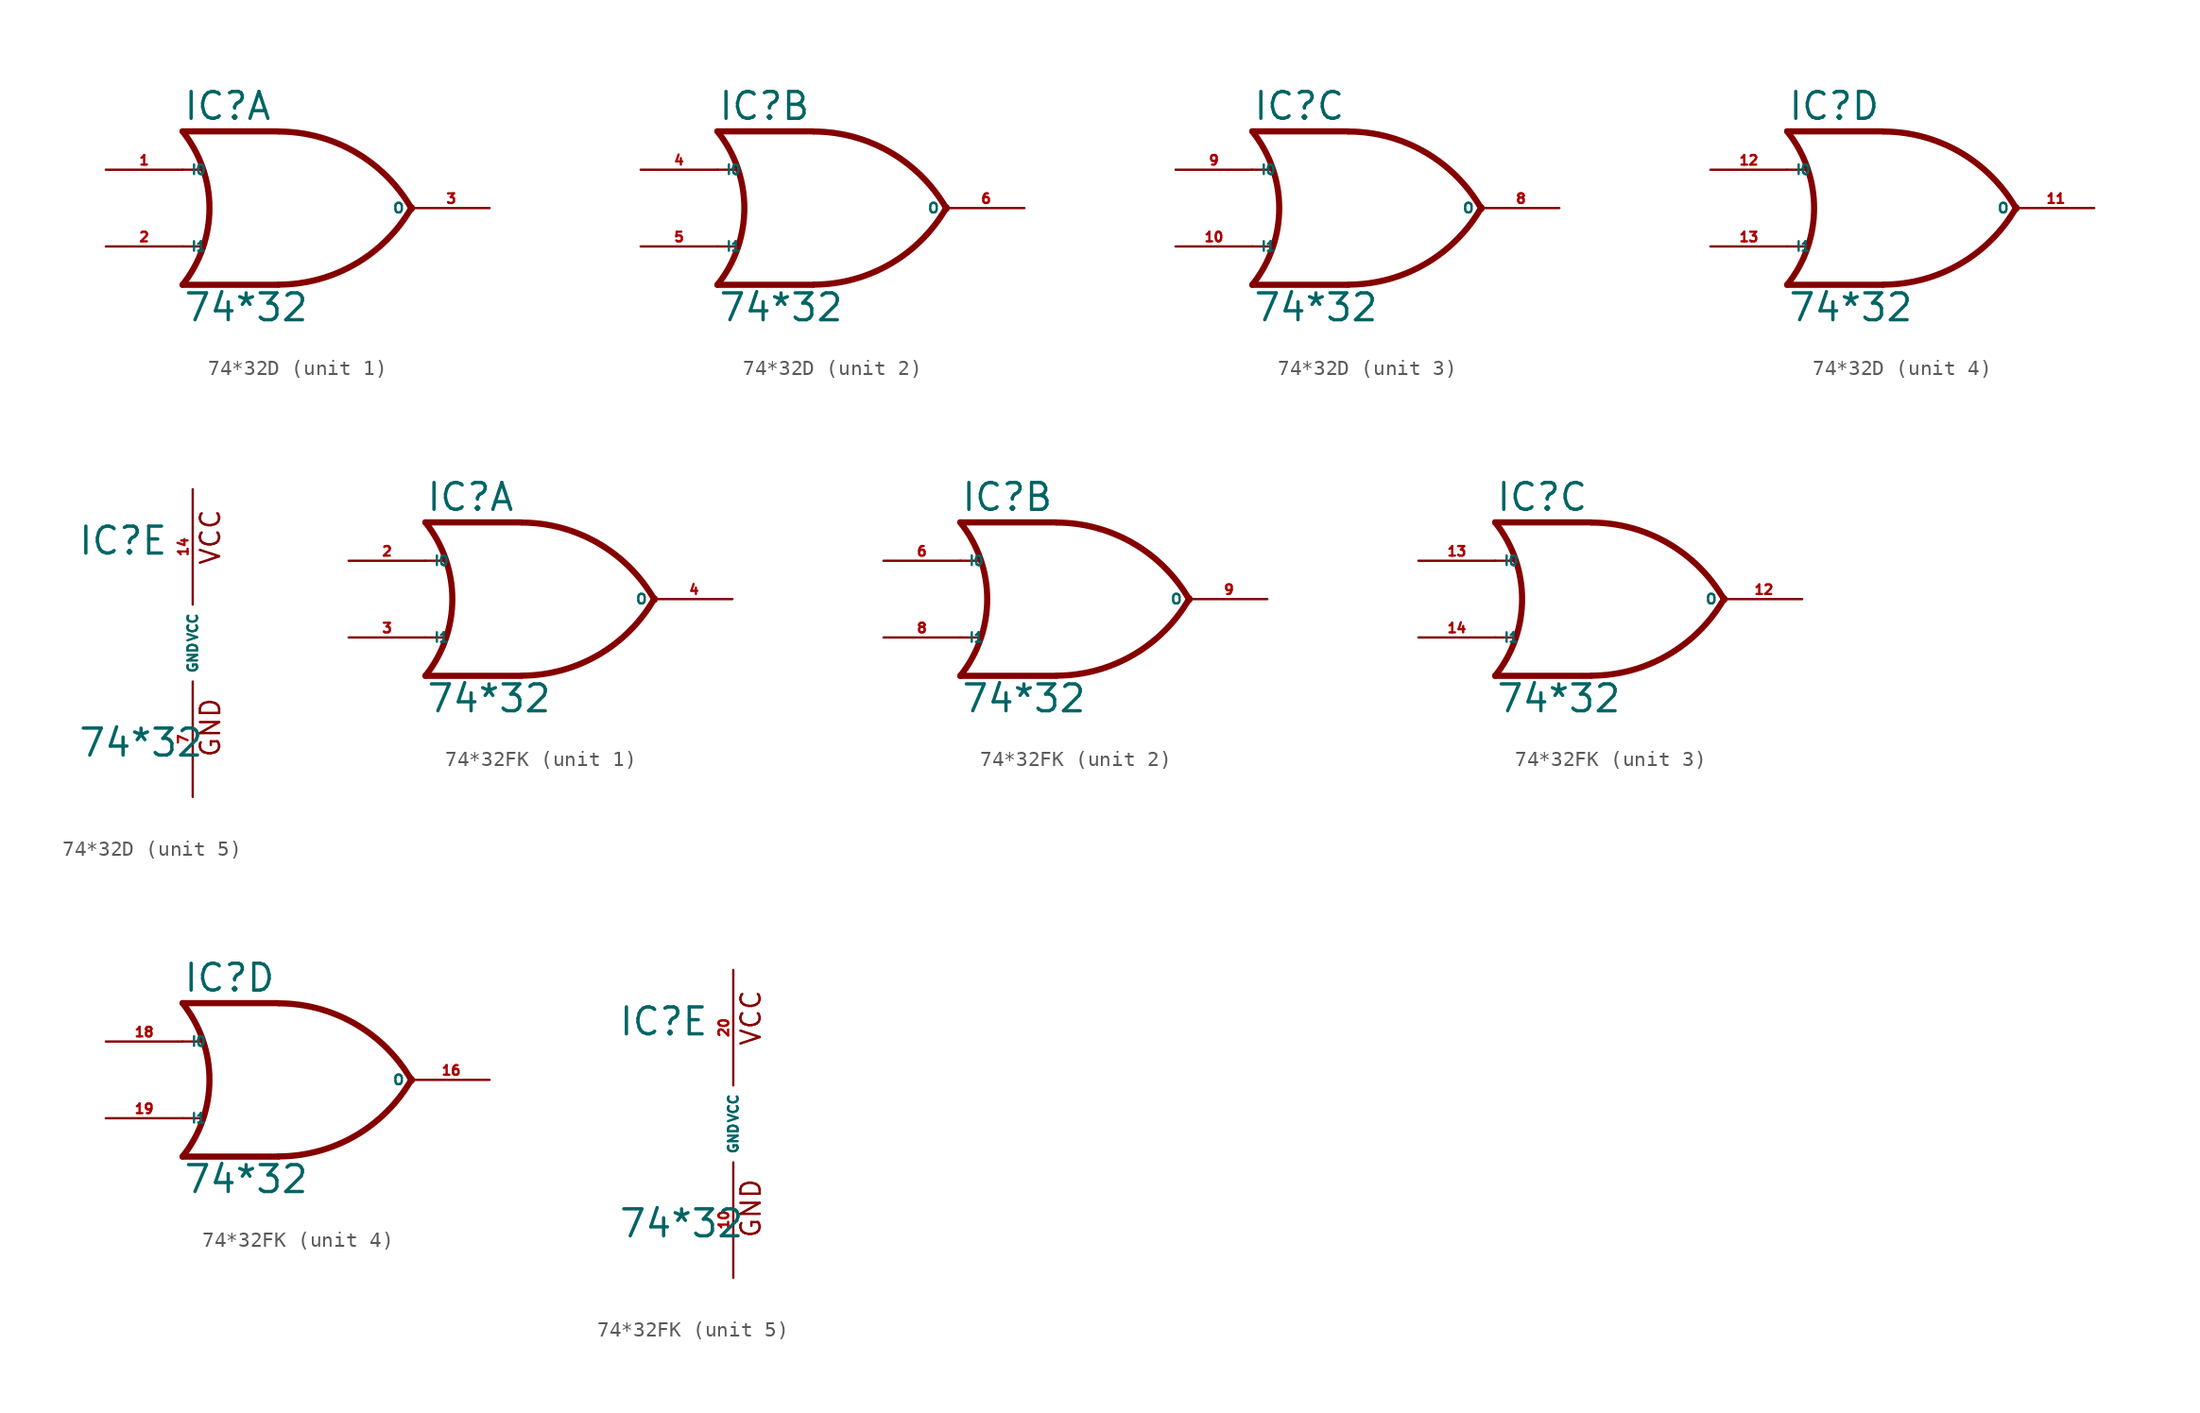
<source format=kicad_sym>
(kicad_symbol_lib
  (version 20220914)
  (generator Eagle2Kicad)
  (symbol "74*32D"
    (property "Reference" "IC"
      (at -7.62 5.715 0)
      (effects (font (size 1.778 1.778) (thickness 0.22)) (justify left bottom)))
    (property "Value" "74*32"
      (at -7.62 -7.62 0)
      (effects (font (size 1.778 1.778) (thickness 0.22)) (justify left bottom)))
    (symbol "74*32D_1_0"
      (polyline (pts (xy -1.27 5.08) (xy -7.62 5.08)) (stroke (width 0.406) (type default)) (fill (type none)))
      (polyline (pts (xy -1.27 -5.08) (xy -7.62 -5.08)) (stroke (width 0.406) (type default)) (fill (type none)))
      (polyline (pts (xy -7.62 2.54) (xy -6.35 2.54)) (stroke (width 0.152) (type default)) (fill (type none)))
      (polyline (pts (xy -7.62 -2.54) (xy -6.35 -2.54)) (stroke (width 0.152) (type default)) (fill (type none)))
      (arc (start -1.2446 -5.0678) (mid 3.837 -3.689) (end 7.5439 0.0507) (stroke (width 0.4064) (type default)) (fill (type none)))
      (arc (start 7.5442 -0.0505) (mid 3.837 3.689) (end -1.2446 5.0678) (stroke (width 0.4064) (type default)) (fill (type none)))
      (arc (start -7.62 -5.08) (mid -5.838 0.000) (end -7.62 5.08) (stroke (width 0.4064) (type default)) (fill (type none)))
      (pin input line (at -12.7 2.54 0) (length 5.08) (name "I0" (effects (font (size 0.635 0.635) (thickness 0.08)) (justify left bottom))) (number "1" (effects (font (size 0.635 0.635) (thickness 0.08)) (justify left bottom))))
      (pin input line (at -12.7 -2.54 0) (length 5.08) (name "I1" (effects (font (size 0.635 0.635) (thickness 0.08)) (justify left bottom))) (number "2" (effects (font (size 0.635 0.635) (thickness 0.08)) (justify left bottom))))
      (pin output line (at 12.7 0 180) (length 5.08) (name "O" (effects (font (size 0.635 0.635) (thickness 0.08)) (justify left bottom))) (number "3" (effects (font (size 0.635 0.635) (thickness 0.08)) (justify left bottom)))))
    (symbol "74*32D_2_0"
      (polyline (pts (xy -1.27 5.08) (xy -7.62 5.08)) (stroke (width 0.406) (type default)) (fill (type none)))
      (polyline (pts (xy -1.27 -5.08) (xy -7.62 -5.08)) (stroke (width 0.406) (type default)) (fill (type none)))
      (polyline (pts (xy -7.62 2.54) (xy -6.35 2.54)) (stroke (width 0.152) (type default)) (fill (type none)))
      (polyline (pts (xy -7.62 -2.54) (xy -6.35 -2.54)) (stroke (width 0.152) (type default)) (fill (type none)))
      (arc (start -1.2446 -5.0678) (mid 3.837 -3.689) (end 7.5439 0.0507) (stroke (width 0.4064) (type default)) (fill (type none)))
      (arc (start 7.5442 -0.0505) (mid 3.837 3.689) (end -1.2446 5.0678) (stroke (width 0.4064) (type default)) (fill (type none)))
      (arc (start -7.62 -5.08) (mid -5.838 0.000) (end -7.62 5.08) (stroke (width 0.4064) (type default)) (fill (type none)))
      (pin input line (at -12.7 2.54 0) (length 5.08) (name "I0" (effects (font (size 0.635 0.635) (thickness 0.08)) (justify left bottom))) (number "4" (effects (font (size 0.635 0.635) (thickness 0.08)) (justify left bottom))))
      (pin input line (at -12.7 -2.54 0) (length 5.08) (name "I1" (effects (font (size 0.635 0.635) (thickness 0.08)) (justify left bottom))) (number "5" (effects (font (size 0.635 0.635) (thickness 0.08)) (justify left bottom))))
      (pin output line (at 12.7 0 180) (length 5.08) (name "O" (effects (font (size 0.635 0.635) (thickness 0.08)) (justify left bottom))) (number "6" (effects (font (size 0.635 0.635) (thickness 0.08)) (justify left bottom)))))
    (symbol "74*32D_3_0"
      (polyline (pts (xy -1.27 5.08) (xy -7.62 5.08)) (stroke (width 0.406) (type default)) (fill (type none)))
      (polyline (pts (xy -1.27 -5.08) (xy -7.62 -5.08)) (stroke (width 0.406) (type default)) (fill (type none)))
      (polyline (pts (xy -7.62 2.54) (xy -6.35 2.54)) (stroke (width 0.152) (type default)) (fill (type none)))
      (polyline (pts (xy -7.62 -2.54) (xy -6.35 -2.54)) (stroke (width 0.152) (type default)) (fill (type none)))
      (arc (start -1.2446 -5.0678) (mid 3.837 -3.689) (end 7.5439 0.0507) (stroke (width 0.4064) (type default)) (fill (type none)))
      (arc (start 7.5442 -0.0505) (mid 3.837 3.689) (end -1.2446 5.0678) (stroke (width 0.4064) (type default)) (fill (type none)))
      (arc (start -7.62 -5.08) (mid -5.838 0.000) (end -7.62 5.08) (stroke (width 0.4064) (type default)) (fill (type none)))
      (pin input line (at -12.7 2.54 0) (length 5.08) (name "I0" (effects (font (size 0.635 0.635) (thickness 0.08)) (justify left bottom))) (number "9" (effects (font (size 0.635 0.635) (thickness 0.08)) (justify left bottom))))
      (pin input line (at -12.7 -2.54 0) (length 5.08) (name "I1" (effects (font (size 0.635 0.635) (thickness 0.08)) (justify left bottom))) (number "10" (effects (font (size 0.635 0.635) (thickness 0.08)) (justify left bottom))))
      (pin output line (at 12.7 0 180) (length 5.08) (name "O" (effects (font (size 0.635 0.635) (thickness 0.08)) (justify left bottom))) (number "8" (effects (font (size 0.635 0.635) (thickness 0.08)) (justify left bottom)))))
    (symbol "74*32D_4_0"
      (polyline (pts (xy -1.27 5.08) (xy -7.62 5.08)) (stroke (width 0.406) (type default)) (fill (type none)))
      (polyline (pts (xy -1.27 -5.08) (xy -7.62 -5.08)) (stroke (width 0.406) (type default)) (fill (type none)))
      (polyline (pts (xy -7.62 2.54) (xy -6.35 2.54)) (stroke (width 0.152) (type default)) (fill (type none)))
      (polyline (pts (xy -7.62 -2.54) (xy -6.35 -2.54)) (stroke (width 0.152) (type default)) (fill (type none)))
      (arc (start -1.2446 -5.0678) (mid 3.837 -3.689) (end 7.5439 0.0507) (stroke (width 0.4064) (type default)) (fill (type none)))
      (arc (start 7.5442 -0.0505) (mid 3.837 3.689) (end -1.2446 5.0678) (stroke (width 0.4064) (type default)) (fill (type none)))
      (arc (start -7.62 -5.08) (mid -5.838 0.000) (end -7.62 5.08) (stroke (width 0.4064) (type default)) (fill (type none)))
      (pin input line (at -12.7 2.54 0) (length 5.08) (name "I0" (effects (font (size 0.635 0.635) (thickness 0.08)) (justify left bottom))) (number "12" (effects (font (size 0.635 0.635) (thickness 0.08)) (justify left bottom))))
      (pin input line (at -12.7 -2.54 0) (length 5.08) (name "I1" (effects (font (size 0.635 0.635) (thickness 0.08)) (justify left bottom))) (number "13" (effects (font (size 0.635 0.635) (thickness 0.08)) (justify left bottom))))
      (pin output line (at 12.7 0 180) (length 5.08) (name "O" (effects (font (size 0.635 0.635) (thickness 0.08)) (justify left bottom))) (number "11" (effects (font (size 0.635 0.635) (thickness 0.08)) (justify left bottom)))))
    (symbol "74*32D_5_0"
      (text "GND" (at 1.905 -7.62 900) (effects (font (size 1.27 1.27) (thickness 0.16)) (justify left bottom)))
      (text "VCC" (at 1.905 5.08 900) (effects (font (size 1.27 1.27) (thickness 0.16)) (justify left bottom)))
      (pin unspecified line (at 0 -10.16 90) (length 7.62) (name "GND" (effects (font (size 0.635 0.635) (thickness 0.08)) (justify left bottom))) (number "7" (effects (font (size 0.635 0.635) (thickness 0.08)) (justify left bottom))))
      (pin unspecified line (at 0 10.16 270) (length 7.62) (name "VCC" (effects (font (size 0.635 0.635) (thickness 0.08)) (justify left bottom))) (number "14" (effects (font (size 0.635 0.635) (thickness 0.08)) (justify left bottom))))))
  (symbol "74*32FK"
    (property "Reference" "IC"
      (at -7.62 5.715 0)
      (effects (font (size 1.778 1.778) (thickness 0.22)) (justify left bottom)))
    (property "Value" "74*32"
      (at -7.62 -7.62 0)
      (effects (font (size 1.778 1.778) (thickness 0.22)) (justify left bottom)))
    (symbol "74*32FK_1_0"
      (polyline (pts (xy -1.27 5.08) (xy -7.62 5.08)) (stroke (width 0.406) (type default)) (fill (type none)))
      (polyline (pts (xy -1.27 -5.08) (xy -7.62 -5.08)) (stroke (width 0.406) (type default)) (fill (type none)))
      (polyline (pts (xy -7.62 2.54) (xy -6.35 2.54)) (stroke (width 0.152) (type default)) (fill (type none)))
      (polyline (pts (xy -7.62 -2.54) (xy -6.35 -2.54)) (stroke (width 0.152) (type default)) (fill (type none)))
      (arc (start -1.2446 -5.0678) (mid 3.837 -3.689) (end 7.5439 0.0507) (stroke (width 0.4064) (type default)) (fill (type none)))
      (arc (start 7.5442 -0.0505) (mid 3.837 3.689) (end -1.2446 5.0678) (stroke (width 0.4064) (type default)) (fill (type none)))
      (arc (start -7.62 -5.08) (mid -5.838 0.000) (end -7.62 5.08) (stroke (width 0.4064) (type default)) (fill (type none)))
      (pin input line (at -12.7 2.54 0) (length 5.08) (name "I0" (effects (font (size 0.635 0.635) (thickness 0.08)) (justify left bottom))) (number "2" (effects (font (size 0.635 0.635) (thickness 0.08)) (justify left bottom))))
      (pin input line (at -12.7 -2.54 0) (length 5.08) (name "I1" (effects (font (size 0.635 0.635) (thickness 0.08)) (justify left bottom))) (number "3" (effects (font (size 0.635 0.635) (thickness 0.08)) (justify left bottom))))
      (pin output line (at 12.7 0 180) (length 5.08) (name "O" (effects (font (size 0.635 0.635) (thickness 0.08)) (justify left bottom))) (number "4" (effects (font (size 0.635 0.635) (thickness 0.08)) (justify left bottom)))))
    (symbol "74*32FK_2_0"
      (polyline (pts (xy -1.27 5.08) (xy -7.62 5.08)) (stroke (width 0.406) (type default)) (fill (type none)))
      (polyline (pts (xy -1.27 -5.08) (xy -7.62 -5.08)) (stroke (width 0.406) (type default)) (fill (type none)))
      (polyline (pts (xy -7.62 2.54) (xy -6.35 2.54)) (stroke (width 0.152) (type default)) (fill (type none)))
      (polyline (pts (xy -7.62 -2.54) (xy -6.35 -2.54)) (stroke (width 0.152) (type default)) (fill (type none)))
      (arc (start -1.2446 -5.0678) (mid 3.837 -3.689) (end 7.5439 0.0507) (stroke (width 0.4064) (type default)) (fill (type none)))
      (arc (start 7.5442 -0.0505) (mid 3.837 3.689) (end -1.2446 5.0678) (stroke (width 0.4064) (type default)) (fill (type none)))
      (arc (start -7.62 -5.08) (mid -5.838 0.000) (end -7.62 5.08) (stroke (width 0.4064) (type default)) (fill (type none)))
      (pin input line (at -12.7 2.54 0) (length 5.08) (name "I0" (effects (font (size 0.635 0.635) (thickness 0.08)) (justify left bottom))) (number "6" (effects (font (size 0.635 0.635) (thickness 0.08)) (justify left bottom))))
      (pin input line (at -12.7 -2.54 0) (length 5.08) (name "I1" (effects (font (size 0.635 0.635) (thickness 0.08)) (justify left bottom))) (number "8" (effects (font (size 0.635 0.635) (thickness 0.08)) (justify left bottom))))
      (pin output line (at 12.7 0 180) (length 5.08) (name "O" (effects (font (size 0.635 0.635) (thickness 0.08)) (justify left bottom))) (number "9" (effects (font (size 0.635 0.635) (thickness 0.08)) (justify left bottom)))))
    (symbol "74*32FK_3_0"
      (polyline (pts (xy -1.27 5.08) (xy -7.62 5.08)) (stroke (width 0.406) (type default)) (fill (type none)))
      (polyline (pts (xy -1.27 -5.08) (xy -7.62 -5.08)) (stroke (width 0.406) (type default)) (fill (type none)))
      (polyline (pts (xy -7.62 2.54) (xy -6.35 2.54)) (stroke (width 0.152) (type default)) (fill (type none)))
      (polyline (pts (xy -7.62 -2.54) (xy -6.35 -2.54)) (stroke (width 0.152) (type default)) (fill (type none)))
      (arc (start -1.2446 -5.0678) (mid 3.837 -3.689) (end 7.5439 0.0507) (stroke (width 0.4064) (type default)) (fill (type none)))
      (arc (start 7.5442 -0.0505) (mid 3.837 3.689) (end -1.2446 5.0678) (stroke (width 0.4064) (type default)) (fill (type none)))
      (arc (start -7.62 -5.08) (mid -5.838 0.000) (end -7.62 5.08) (stroke (width 0.4064) (type default)) (fill (type none)))
      (pin input line (at -12.7 2.54 0) (length 5.08) (name "I0" (effects (font (size 0.635 0.635) (thickness 0.08)) (justify left bottom))) (number "13" (effects (font (size 0.635 0.635) (thickness 0.08)) (justify left bottom))))
      (pin input line (at -12.7 -2.54 0) (length 5.08) (name "I1" (effects (font (size 0.635 0.635) (thickness 0.08)) (justify left bottom))) (number "14" (effects (font (size 0.635 0.635) (thickness 0.08)) (justify left bottom))))
      (pin output line (at 12.7 0 180) (length 5.08) (name "O" (effects (font (size 0.635 0.635) (thickness 0.08)) (justify left bottom))) (number "12" (effects (font (size 0.635 0.635) (thickness 0.08)) (justify left bottom)))))
    (symbol "74*32FK_4_0"
      (polyline (pts (xy -1.27 5.08) (xy -7.62 5.08)) (stroke (width 0.406) (type default)) (fill (type none)))
      (polyline (pts (xy -1.27 -5.08) (xy -7.62 -5.08)) (stroke (width 0.406) (type default)) (fill (type none)))
      (polyline (pts (xy -7.62 2.54) (xy -6.35 2.54)) (stroke (width 0.152) (type default)) (fill (type none)))
      (polyline (pts (xy -7.62 -2.54) (xy -6.35 -2.54)) (stroke (width 0.152) (type default)) (fill (type none)))
      (arc (start -1.2446 -5.0678) (mid 3.837 -3.689) (end 7.5439 0.0507) (stroke (width 0.4064) (type default)) (fill (type none)))
      (arc (start 7.5442 -0.0505) (mid 3.837 3.689) (end -1.2446 5.0678) (stroke (width 0.4064) (type default)) (fill (type none)))
      (arc (start -7.62 -5.08) (mid -5.838 0.000) (end -7.62 5.08) (stroke (width 0.4064) (type default)) (fill (type none)))
      (pin input line (at -12.7 2.54 0) (length 5.08) (name "I0" (effects (font (size 0.635 0.635) (thickness 0.08)) (justify left bottom))) (number "18" (effects (font (size 0.635 0.635) (thickness 0.08)) (justify left bottom))))
      (pin input line (at -12.7 -2.54 0) (length 5.08) (name "I1" (effects (font (size 0.635 0.635) (thickness 0.08)) (justify left bottom))) (number "19" (effects (font (size 0.635 0.635) (thickness 0.08)) (justify left bottom))))
      (pin output line (at 12.7 0 180) (length 5.08) (name "O" (effects (font (size 0.635 0.635) (thickness 0.08)) (justify left bottom))) (number "16" (effects (font (size 0.635 0.635) (thickness 0.08)) (justify left bottom)))))
    (symbol "74*32FK_5_0"
      (text "GND" (at 1.905 -7.62 900) (effects (font (size 1.27 1.27) (thickness 0.16)) (justify left bottom)))
      (text "VCC" (at 1.905 5.08 900) (effects (font (size 1.27 1.27) (thickness 0.16)) (justify left bottom)))
      (pin unspecified line (at 0 -10.16 90) (length 7.62) (name "GND" (effects (font (size 0.635 0.635) (thickness 0.08)) (justify left bottom))) (number "10" (effects (font (size 0.635 0.635) (thickness 0.08)) (justify left bottom))))
      (pin unspecified line (at 0 10.16 270) (length 7.62) (name "VCC" (effects (font (size 0.635 0.635) (thickness 0.08)) (justify left bottom))) (number "20" (effects (font (size 0.635 0.635) (thickness 0.08)) (justify left bottom)))))))
</source>
